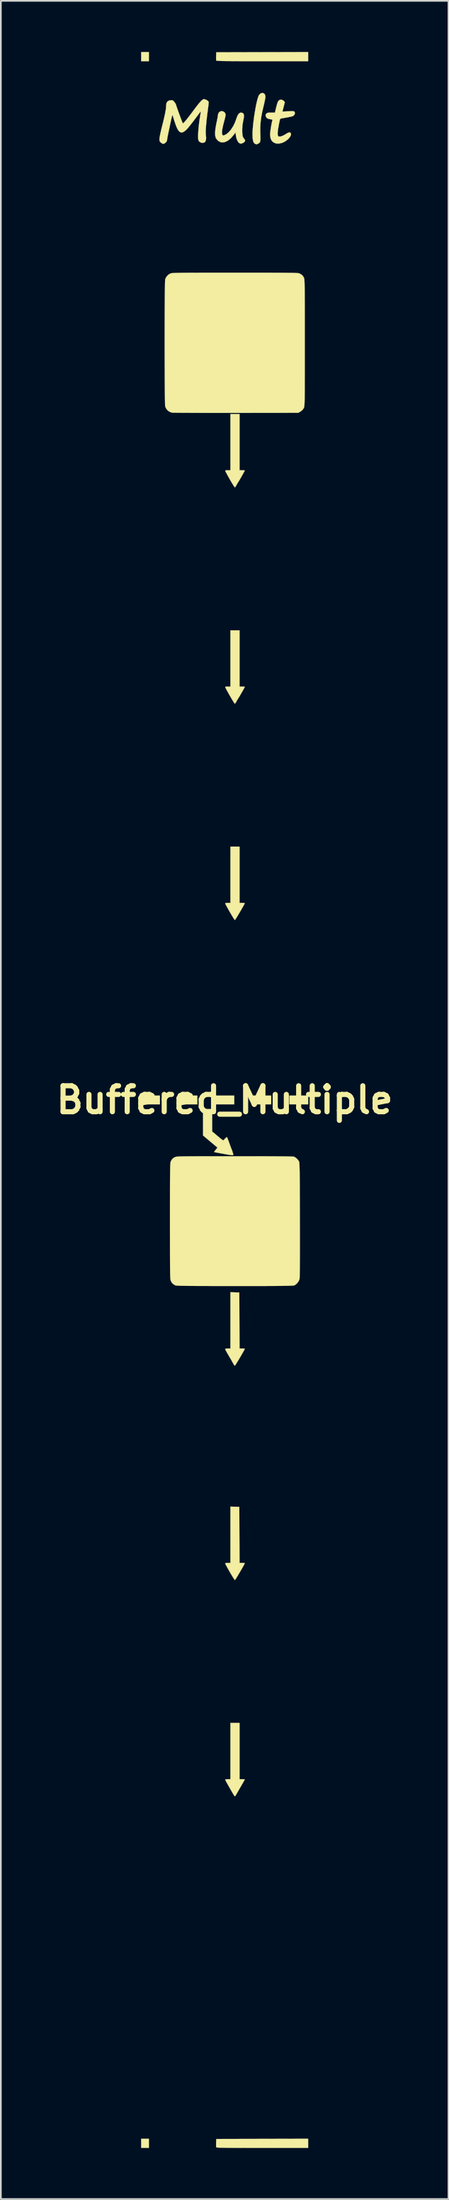
<source format=kicad_pcb>
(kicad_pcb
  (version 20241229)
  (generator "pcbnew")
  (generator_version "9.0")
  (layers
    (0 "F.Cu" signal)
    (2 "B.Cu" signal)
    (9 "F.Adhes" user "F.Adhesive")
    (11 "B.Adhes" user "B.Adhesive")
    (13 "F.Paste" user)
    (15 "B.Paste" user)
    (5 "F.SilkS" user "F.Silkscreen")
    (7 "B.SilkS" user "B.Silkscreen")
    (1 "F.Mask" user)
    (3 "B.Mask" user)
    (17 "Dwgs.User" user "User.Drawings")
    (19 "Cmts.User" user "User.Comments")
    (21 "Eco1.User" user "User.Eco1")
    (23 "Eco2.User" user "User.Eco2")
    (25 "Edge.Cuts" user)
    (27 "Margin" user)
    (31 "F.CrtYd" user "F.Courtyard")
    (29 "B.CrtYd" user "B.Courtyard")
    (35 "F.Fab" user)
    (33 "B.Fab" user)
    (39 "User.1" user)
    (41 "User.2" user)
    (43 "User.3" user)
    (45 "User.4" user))
  (footprint "Buffered_Multiple"
    (layer "F.Cu")
    (at 10.167 61.53)
    (property "Reference" "Buffered_Multiple" (at 0 0 0) (layer "F.SilkS") (effects (font (size 1.524 1.524) (thickness 0.3))))
    (attr through_hole)
    (fp_poly (pts (xy -4.459 -60.988) (xy -4.911 -60.988) (xy -4.911 -61.524) (xy -4.459 -61.524) (xy -4.459 -60.988)) (stroke (width 0.01) (type solid)) (fill yes) (layer "F.SilkS"))
    (fp_poly (pts (xy -4.459 61.524) (xy -4.911 61.524) (xy -4.911 60.988) (xy -4.459 60.988) (xy -4.459 61.524)) (stroke (width 0.01) (type solid)) (fill yes) (layer "F.SilkS"))
    (fp_poly (pts (xy -3.81 0.254) (xy -4.911 0.254) (xy -4.911 -0.254) (xy -3.81 -0.254) (xy -3.81 0.254)) (stroke (width 0.01) (type solid)) (fill yes) (layer "F.SilkS"))
    (fp_poly (pts (xy -1.609 0.254) (xy -2.738 0.254) (xy -2.738 -0.254) (xy -1.609 -0.254) (xy -1.609 0.254)) (stroke (width 0.01) (type solid)) (fill yes) (layer "F.SilkS"))
    (fp_poly (pts (xy 0.564 0.254) (xy -0.564 0.254) (xy -0.564 -0.254) (xy 0.564 -0.254) (xy 0.564 0.254)) (stroke (width 0.01) (type solid)) (fill yes) (layer "F.SilkS"))
    (fp_poly (pts (xy 2.738 0.254) (xy 1.609 0.254) (xy 1.609 -0.254) (xy 2.738 -0.254) (xy 2.738 0.254)) (stroke (width 0.01) (type solid)) (fill yes) (layer "F.SilkS"))
    (fp_poly (pts (xy 4.911 0.254) (xy 3.81 0.254) (xy 3.81 -0.254) (xy 4.911 -0.254) (xy 4.911 0.254)) (stroke (width 0.01) (type solid)) (fill yes) (layer "F.SilkS"))
    (fp_poly (pts (xy 4.911 -60.988) (xy 2.215 -60.988) (xy 1.753 -60.988) (xy 1.345 -60.989) (xy 0.987 -60.989) (xy 0.677 -60.99) (xy 0.411 -60.992) (xy 0.186 -60.994) (xy -0.001 -60.996) (xy -0.153 -60.999) (xy -0.272 -61.002) (xy -0.363 -61.006) (xy -0.427 -61.01) (xy -0.469 -61.016) (xy -0.491 -61.022) (xy -0.496 -61.026) (xy -0.502 -61.071) (xy -0.504 -61.155) (xy -0.503 -61.263) (xy -0.502 -61.287) (xy -0.494 -61.51) (xy 4.911 -61.525) (xy 4.911 -60.988)) (stroke (width 0.01) (type solid)) (fill yes) (layer "F.SilkS"))
    (fp_poly (pts (xy 4.911 61.524) (xy 2.215 61.524) (xy 1.753 61.524) (xy 1.345 61.524) (xy 0.987 61.523) (xy 0.677 61.522) (xy 0.411 61.521) (xy 0.186 61.519) (xy -0.001 61.517) (xy -0.153 61.514) (xy -0.272 61.511) (xy -0.363 61.507) (xy -0.427 61.502) (xy -0.469 61.497) (xy -0.491 61.491) (xy -0.496 61.487) (xy -0.502 61.442) (xy -0.504 61.357) (xy -0.503 61.249) (xy -0.502 61.226) (xy -0.494 61.002) (xy 2.208 60.995) (xy 4.911 60.988) (xy 4.911 61.524)) (stroke (width 0.01) (type solid)) (fill yes) (layer "F.SilkS"))
    (fp_poly (pts (xy 0.875 -11.571) (xy 1.03 -11.571) (xy 1.115 -11.568) (xy 1.171 -11.559) (xy 1.184 -11.55) (xy 1.17 -11.517) (xy 1.132 -11.446) (xy 1.076 -11.345) (xy 1.007 -11.224) (xy 0.93 -11.091) (xy 0.85 -10.956) (xy 0.773 -10.828) (xy 0.705 -10.716) (xy 0.65 -10.629) (xy 0.614 -10.576) (xy 0.603 -10.564) (xy 0.582 -10.585) (xy 0.538 -10.647) (xy 0.476 -10.745) (xy 0.401 -10.869) (xy 0.317 -11.013) (xy 0.31 -11.024) (xy 0.226 -11.172) (xy 0.152 -11.306) (xy 0.092 -11.415) (xy 0.051 -11.493) (xy 0.033 -11.531) (xy 0.033 -11.532) (xy 0.042 -11.555) (xy 0.087 -11.567) (xy 0.178 -11.571) (xy 0.181 -11.571) (xy 0.339 -11.571) (xy 0.339 -14.873) (xy 0.875 -14.873) (xy 0.875 -11.571)) (stroke (width 0.01) (type solid)) (fill yes) (layer "F.SilkS"))
    (fp_poly (pts (xy 0.6 11.295) (xy 0.861 11.303) (xy 0.875 14.591) (xy 1.03 14.591) (xy 1.115 14.594) (xy 1.171 14.603) (xy 1.185 14.612) (xy 1.171 14.645) (xy 1.133 14.717) (xy 1.077 14.818) (xy 1.007 14.94) (xy 0.93 15.072) (xy 0.85 15.207) (xy 0.773 15.335) (xy 0.704 15.447) (xy 0.649 15.534) (xy 0.613 15.587) (xy 0.602 15.599) (xy 0.575 15.581) (xy 0.534 15.525) (xy 0.496 15.459) (xy 0.451 15.377) (xy 0.386 15.261) (xy 0.308 15.128) (xy 0.228 14.991) (xy 0.225 14.986) (xy 0.153 14.863) (xy 0.093 14.757) (xy 0.05 14.675) (xy 0.03 14.63) (xy 0.029 14.626) (xy 0.053 14.603) (xy 0.128 14.592) (xy 0.183 14.591) (xy 0.339 14.591) (xy 0.339 11.287) (xy 0.6 11.295)) (stroke (width 0.01) (type solid)) (fill yes) (layer "F.SilkS"))
    (fp_poly (pts (xy 0.6 23.882) (xy 0.861 23.89) (xy 0.868 25.534) (xy 0.875 27.178) (xy 1.03 27.178) (xy 1.115 27.181) (xy 1.171 27.19) (xy 1.185 27.199) (xy 1.171 27.232) (xy 1.133 27.304) (xy 1.077 27.405) (xy 1.008 27.526) (xy 0.931 27.659) (xy 0.851 27.794) (xy 0.775 27.922) (xy 0.706 28.034) (xy 0.652 28.12) (xy 0.616 28.173) (xy 0.605 28.185) (xy 0.584 28.164) (xy 0.539 28.101) (xy 0.476 28.004) (xy 0.4 27.88) (xy 0.315 27.735) (xy 0.303 27.715) (xy 0.218 27.566) (xy 0.144 27.433) (xy 0.085 27.324) (xy 0.045 27.247) (xy 0.028 27.209) (xy 0.028 27.208) (xy 0.054 27.191) (xy 0.123 27.18) (xy 0.183 27.178) (xy 0.339 27.178) (xy 0.339 23.874) (xy 0.6 23.882)) (stroke (width 0.01) (type solid)) (fill yes) (layer "F.SilkS"))
    (fp_poly (pts (xy 0.875 39.878) (xy 1.03 39.878) (xy 1.115 39.88) (xy 1.172 39.886) (xy 1.185 39.892) (xy 1.172 39.92) (xy 1.135 39.987) (xy 1.08 40.084) (xy 1.012 40.202) (xy 0.995 40.231) (xy 0.915 40.369) (xy 0.836 40.505) (xy 0.769 40.623) (xy 0.72 40.708) (xy 0.72 40.709) (xy 0.663 40.808) (xy 0.626 40.863) (xy 0.601 40.88) (xy 0.578 40.866) (xy 0.556 40.833) (xy 0.507 40.754) (xy 0.444 40.647) (xy 0.371 40.522) (xy 0.294 40.388) (xy 0.218 40.254) (xy 0.148 40.13) (xy 0.09 40.024) (xy 0.049 39.946) (xy 0.029 39.906) (xy 0.028 39.903) (xy 0.054 39.889) (xy 0.12 39.88) (xy 0.183 39.878) (xy 0.339 39.878) (xy 0.339 36.576) (xy 0.875 36.576) (xy 0.875 39.878)) (stroke (width 0.01) (type solid)) (fill yes) (layer "F.SilkS"))
    (fp_poly (pts (xy 0.875 -36.971) (xy 1.03 -36.971) (xy 1.115 -36.969) (xy 1.172 -36.962) (xy 1.185 -36.956) (xy 1.172 -36.927) (xy 1.137 -36.861) (xy 1.085 -36.767) (xy 1.024 -36.659) (xy 0.959 -36.545) (xy 0.897 -36.438) (xy 0.844 -36.348) (xy 0.807 -36.287) (xy 0.792 -36.266) (xy 0.771 -36.235) (xy 0.733 -36.17) (xy 0.701 -36.111) (xy 0.656 -36.033) (xy 0.618 -35.979) (xy 0.602 -35.964) (xy 0.581 -35.985) (xy 0.538 -36.048) (xy 0.476 -36.146) (xy 0.401 -36.27) (xy 0.317 -36.414) (xy 0.31 -36.426) (xy 0.226 -36.575) (xy 0.152 -36.708) (xy 0.092 -36.818) (xy 0.051 -36.895) (xy 0.033 -36.933) (xy 0.033 -36.933) (xy 0.044 -36.956) (xy 0.094 -36.968) (xy 0.181 -36.971) (xy 0.339 -36.971) (xy 0.339 -40.273) (xy 0.875 -40.273) (xy 0.875 -36.971)) (stroke (width 0.01) (type solid)) (fill yes) (layer "F.SilkS"))
    (fp_poly (pts (xy 0.875 -24.271) (xy 1.03 -24.271) (xy 1.115 -24.268) (xy 1.172 -24.261) (xy 1.185 -24.253) (xy 1.172 -24.224) (xy 1.136 -24.157) (xy 1.085 -24.064) (xy 1.023 -23.955) (xy 0.958 -23.842) (xy 0.896 -23.735) (xy 0.843 -23.646) (xy 0.806 -23.586) (xy 0.792 -23.566) (xy 0.771 -23.535) (xy 0.733 -23.47) (xy 0.701 -23.411) (xy 0.656 -23.333) (xy 0.618 -23.279) (xy 0.602 -23.264) (xy 0.581 -23.285) (xy 0.538 -23.348) (xy 0.476 -23.445) (xy 0.401 -23.57) (xy 0.317 -23.714) (xy 0.31 -23.726) (xy 0.226 -23.875) (xy 0.152 -24.008) (xy 0.092 -24.117) (xy 0.051 -24.195) (xy 0.033 -24.233) (xy 0.033 -24.233) (xy 0.043 -24.256) (xy 0.093 -24.268) (xy 0.181 -24.271) (xy 0.339 -24.271) (xy 0.339 -27.573) (xy 0.875 -27.573) (xy 0.875 -24.271)) (stroke (width 0.01) (type solid)) (fill yes) (layer "F.SilkS"))
    (fp_poly (pts (xy 2.275 -59.116) (xy 2.345 -59.067) (xy 2.389 -58.978) (xy 2.399 -58.899) (xy 2.392 -58.832) (xy 2.373 -58.723) (xy 2.345 -58.585) (xy 2.309 -58.429) (xy 2.287 -58.339) (xy 2.207 -57.999) (xy 2.151 -57.694) (xy 2.114 -57.409) (xy 2.097 -57.13) (xy 2.096 -56.839) (xy 2.099 -56.746) (xy 2.106 -56.561) (xy 2.107 -56.423) (xy 2.1 -56.324) (xy 2.085 -56.255) (xy 2.059 -56.208) (xy 2.021 -56.174) (xy 1.976 -56.148) (xy 1.906 -56.116) (xy 1.858 -56.11) (xy 1.802 -56.13) (xy 1.779 -56.142) (xy 1.719 -56.197) (xy 1.676 -56.294) (xy 1.65 -56.438) (xy 1.64 -56.632) (xy 1.639 -56.656) (xy 1.643 -56.841) (xy 1.657 -57.056) (xy 1.679 -57.291) (xy 1.708 -57.539) (xy 1.743 -57.792) (xy 1.783 -58.042) (xy 1.825 -58.281) (xy 1.869 -58.5) (xy 1.914 -58.691) (xy 1.958 -58.847) (xy 1.999 -58.959) (xy 2.02 -58.998) (xy 2.101 -59.085) (xy 2.19 -59.123) (xy 2.275 -59.116)) (stroke (width 0.01) (type solid)) (fill yes) (layer "F.SilkS"))
    (fp_poly (pts (xy -0.734 1.85) (xy -0.425 2.11) (xy -0.313 2.203) (xy -0.215 2.282) (xy -0.139 2.339) (xy -0.095 2.368) (xy -0.088 2.371) (xy -0.055 2.351) (xy -0.003 2.3) (xy 0.026 2.266) (xy 0.086 2.204) (xy 0.128 2.184) (xy 0.137 2.188) (xy 0.157 2.225) (xy 0.189 2.302) (xy 0.23 2.409) (xy 0.267 2.512) (xy 0.312 2.638) (xy 0.353 2.748) (xy 0.383 2.83) (xy 0.397 2.865) (xy 0.431 2.948) (xy 0.465 3.044) (xy 0.492 3.133) (xy 0.507 3.196) (xy 0.508 3.207) (xy 0.503 3.225) (xy 0.484 3.236) (xy 0.444 3.239) (xy 0.376 3.235) (xy 0.275 3.221) (xy 0.133 3.198) (xy -0.055 3.165) (xy -0.127 3.152) (xy -0.284 3.123) (xy -0.421 3.098) (xy -0.529 3.077) (xy -0.597 3.063) (xy -0.618 3.058) (xy -0.608 3.033) (xy -0.57 2.979) (xy -0.526 2.923) (xy -0.422 2.797) (xy -0.846 2.442) (xy -1.27 2.086) (xy -1.27 0.536) (xy -0.734 0.536) (xy -0.734 1.85)) (stroke (width 0.01) (type solid)) (fill yes) (layer "F.SilkS"))
    (fp_poly (pts (xy -0.075 -58.034) (xy 0.001 -57.98) (xy 0.048 -57.897) (xy 0.056 -57.84) (xy 0.048 -57.778) (xy 0.028 -57.678) (xy -0.003 -57.556) (xy -0.025 -57.475) (xy -0.091 -57.225) (xy -0.135 -57.017) (xy -0.155 -56.85) (xy -0.153 -56.728) (xy -0.127 -56.652) (xy -0.079 -56.625) (xy -0.049 -56.629) (xy 0.092 -56.697) (xy 0.234 -56.813) (xy 0.37 -56.969) (xy 0.494 -57.158) (xy 0.601 -57.371) (xy 0.675 -57.572) (xy 0.735 -57.741) (xy 0.795 -57.86) (xy 0.858 -57.933) (xy 0.929 -57.965) (xy 0.961 -57.968) (xy 1.053 -57.951) (xy 1.112 -57.901) (xy 1.137 -57.814) (xy 1.131 -57.685) (xy 1.098 -57.524) (xy 1.045 -57.219) (xy 1.033 -56.995) (xy 1.034 -56.81) (xy 1.045 -56.672) (xy 1.066 -56.57) (xy 1.099 -56.493) (xy 1.146 -56.435) (xy 1.2 -56.359) (xy 1.198 -56.291) (xy 1.141 -56.226) (xy 1.129 -56.217) (xy 1.025 -56.16) (xy 0.934 -56.15) (xy 0.875 -56.17) (xy 0.805 -56.231) (xy 0.742 -56.334) (xy 0.692 -56.467) (xy 0.662 -56.615) (xy 0.66 -56.633) (xy 0.642 -56.807) (xy 0.517 -56.641) (xy 0.365 -56.466) (xy 0.209 -56.335) (xy 0.053 -56.252) (xy -0.098 -56.218) (xy -0.239 -56.233) (xy -0.368 -56.3) (xy -0.378 -56.308) (xy -0.452 -56.382) (xy -0.511 -56.462) (xy -0.526 -56.491) (xy -0.556 -56.619) (xy -0.563 -56.794) (xy -0.544 -57.011) (xy -0.501 -57.267) (xy -0.48 -57.366) (xy -0.448 -57.512) (xy -0.422 -57.644) (xy -0.404 -57.75) (xy -0.395 -57.817) (xy -0.395 -57.825) (xy -0.378 -57.904) (xy -0.337 -57.979) (xy -0.259 -58.039) (xy -0.167 -58.056) (xy -0.075 -58.034)) (stroke (width 0.01) (type solid)) (fill yes) (layer "F.SilkS"))
    (fp_poly (pts (xy 3.443 -58.685) (xy 3.473 -58.658) (xy 3.541 -58.586) (xy 3.399 -58.031) (xy 3.743 -58.046) (xy 3.887 -58.052) (xy 3.986 -58.053) (xy 4.048 -58.05) (xy 4.085 -58.039) (xy 4.106 -58.021) (xy 4.117 -58.002) (xy 4.133 -57.919) (xy 4.102 -57.838) (xy 4.03 -57.774) (xy 4.001 -57.759) (xy 3.935 -57.74) (xy 3.829 -57.715) (xy 3.7 -57.689) (xy 3.598 -57.672) (xy 3.472 -57.65) (xy 3.366 -57.63) (xy 3.294 -57.613) (xy 3.268 -57.604) (xy 3.256 -57.572) (xy 3.237 -57.494) (xy 3.212 -57.381) (xy 3.185 -57.244) (xy 3.174 -57.182) (xy 3.138 -56.97) (xy 3.12 -56.807) (xy 3.119 -56.689) (xy 3.135 -56.612) (xy 3.167 -56.571) (xy 3.177 -56.567) (xy 3.263 -56.561) (xy 3.378 -56.592) (xy 3.512 -56.658) (xy 3.579 -56.699) (xy 3.701 -56.773) (xy 3.79 -56.805) (xy 3.853 -56.799) (xy 3.894 -56.756) (xy 3.906 -56.676) (xy 3.869 -56.578) (xy 3.786 -56.466) (xy 3.713 -56.393) (xy 3.549 -56.27) (xy 3.372 -56.188) (xy 3.194 -56.15) (xy 3.025 -56.158) (xy 2.992 -56.167) (xy 2.853 -56.232) (xy 2.754 -56.337) (xy 2.695 -56.482) (xy 2.674 -56.668) (xy 2.674 -56.684) (xy 2.68 -56.78) (xy 2.695 -56.91) (xy 2.716 -57.059) (xy 2.741 -57.21) (xy 2.767 -57.35) (xy 2.792 -57.463) (xy 2.811 -57.528) (xy 2.803 -57.553) (xy 2.752 -57.57) (xy 2.68 -57.58) (xy 2.55 -57.609) (xy 2.464 -57.668) (xy 2.415 -57.764) (xy 2.412 -57.775) (xy 2.412 -57.851) (xy 2.453 -57.91) (xy 2.492 -57.94) (xy 2.544 -57.958) (xy 2.623 -57.966) (xy 2.735 -57.968) (xy 2.958 -57.968) (xy 3.034 -58.286) (xy 3.078 -58.454) (xy 3.121 -58.579) (xy 3.16 -58.656) (xy 3.168 -58.667) (xy 3.253 -58.721) (xy 3.35 -58.727) (xy 3.443 -58.685)) (stroke (width 0.01) (type solid)) (fill yes) (layer "F.SilkS"))
    (fp_poly (pts (xy 1.622 -48.57) (xy 2.055 -48.569) (xy 2.44 -48.569) (xy 2.781 -48.568) (xy 3.079 -48.567) (xy 3.337 -48.566) (xy 3.56 -48.564) (xy 3.748 -48.562) (xy 3.906 -48.56) (xy 4.036 -48.557) (xy 4.141 -48.554) (xy 4.224 -48.55) (xy 4.288 -48.546) (xy 4.335 -48.541) (xy 4.368 -48.535) (xy 4.39 -48.529) (xy 4.395 -48.527) (xy 4.518 -48.461) (xy 4.606 -48.372) (xy 4.66 -48.282) (xy 4.667 -48.266) (xy 4.674 -48.246) (xy 4.68 -48.22) (xy 4.686 -48.184) (xy 4.691 -48.137) (xy 4.695 -48.074) (xy 4.699 -47.994) (xy 4.702 -47.892) (xy 4.704 -47.767) (xy 4.707 -47.615) (xy 4.708 -47.434) (xy 4.71 -47.22) (xy 4.711 -46.97) (xy 4.712 -46.682) (xy 4.712 -46.353) (xy 4.713 -45.979) (xy 4.713 -45.559) (xy 4.713 -45.088) (xy 4.713 -44.564) (xy 4.713 -44.46) (xy 4.713 -43.927) (xy 4.713 -43.447) (xy 4.713 -43.018) (xy 4.713 -42.636) (xy 4.712 -42.299) (xy 4.711 -42.004) (xy 4.711 -41.748) (xy 4.709 -41.528) (xy 4.708 -41.34) (xy 4.706 -41.183) (xy 4.703 -41.053) (xy 4.7 -40.947) (xy 4.697 -40.862) (xy 4.692 -40.796) (xy 4.688 -40.745) (xy 4.682 -40.706) (xy 4.676 -40.677) (xy 4.669 -40.655) (xy 4.661 -40.636) (xy 4.654 -40.62) (xy 4.572 -40.504) (xy 4.463 -40.421) (xy 4.332 -40.344) (xy 0.649 -40.339) (xy 0.196 -40.339) (xy -0.242 -40.339) (xy -0.662 -40.339) (xy -1.06 -40.34) (xy -1.434 -40.34) (xy -1.779 -40.341) (xy -2.092 -40.343) (xy -2.37 -40.344) (xy -2.61 -40.346) (xy -2.808 -40.348) (xy -2.96 -40.35) (xy -3.063 -40.352) (xy -3.114 -40.355) (xy -3.119 -40.356) (xy -3.275 -40.421) (xy -3.399 -40.528) (xy -3.482 -40.67) (xy -3.498 -40.718) (xy -3.503 -40.762) (xy -3.507 -40.858) (xy -3.51 -41.002) (xy -3.513 -41.19) (xy -3.516 -41.418) (xy -3.519 -41.682) (xy -3.521 -41.977) (xy -3.523 -42.3) (xy -3.525 -42.646) (xy -3.526 -43.012) (xy -3.527 -43.393) (xy -3.528 -43.784) (xy -3.529 -44.183) (xy -3.529 -44.584) (xy -3.528 -44.984) (xy -3.528 -45.379) (xy -3.527 -45.764) (xy -3.526 -46.135) (xy -3.524 -46.488) (xy -3.522 -46.819) (xy -3.52 -47.124) (xy -3.517 -47.399) (xy -3.514 -47.639) (xy -3.511 -47.841) (xy -3.508 -48) (xy -3.504 -48.112) (xy -3.5 -48.173) (xy -3.498 -48.182) (xy -3.432 -48.323) (xy -3.323 -48.443) (xy -3.204 -48.517) (xy -3.186 -48.525) (xy -3.164 -48.532) (xy -3.134 -48.538) (xy -3.095 -48.543) (xy -3.042 -48.548) (xy -2.974 -48.552) (xy -2.888 -48.555) (xy -2.779 -48.558) (xy -2.646 -48.561) (xy -2.485 -48.563) (xy -2.294 -48.565) (xy -2.07 -48.566) (xy -1.809 -48.567) (xy -1.509 -48.568) (xy -1.166 -48.569) (xy -0.779 -48.569) (xy -0.343 -48.57) (xy 0.143 -48.57) (xy 0.601 -48.57) (xy 1.138 -48.57) (xy 1.622 -48.57)) (stroke (width 0.01) (type solid)) (fill yes) (layer "F.SilkS"))
    (fp_poly (pts (xy -1.142 -58.743) (xy -1.057 -58.705) (xy -0.983 -58.655) (xy -0.943 -58.607) (xy -0.941 -58.567) (xy -0.947 -58.481) (xy -0.959 -58.363) (xy -0.977 -58.221) (xy -0.985 -58.163) (xy -1.031 -57.813) (xy -1.067 -57.499) (xy -1.093 -57.224) (xy -1.109 -56.991) (xy -1.114 -56.805) (xy -1.108 -56.669) (xy -1.103 -56.631) (xy -1.089 -56.477) (xy -1.104 -56.349) (xy -1.144 -56.256) (xy -1.188 -56.217) (xy -1.289 -56.192) (xy -1.395 -56.207) (xy -1.485 -56.26) (xy -1.507 -56.284) (xy -1.534 -56.327) (xy -1.551 -56.377) (xy -1.56 -56.445) (xy -1.562 -56.547) (xy -1.561 -56.657) (xy -1.552 -56.847) (xy -1.533 -57.075) (xy -1.507 -57.32) (xy -1.475 -57.567) (xy -1.439 -57.795) (xy -1.427 -57.864) (xy -1.412 -57.955) (xy -1.406 -58.016) (xy -1.41 -58.034) (xy -1.411 -58.034) (xy -1.434 -58.005) (xy -1.484 -57.938) (xy -1.558 -57.841) (xy -1.649 -57.72) (xy -1.752 -57.583) (xy -1.77 -57.559) (xy -1.882 -57.411) (xy -1.993 -57.27) (xy -2.093 -57.145) (xy -2.175 -57.047) (xy -2.232 -56.984) (xy -2.232 -56.984) (xy -2.351 -56.878) (xy -2.456 -56.817) (xy -2.55 -56.8) (xy -2.636 -56.831) (xy -2.716 -56.91) (xy -2.794 -57.041) (xy -2.871 -57.224) (xy -2.952 -57.46) (xy -2.992 -57.591) (xy -3.028 -57.703) (xy -3.054 -57.787) (xy -3.068 -57.827) (xy -3.078 -57.816) (xy -3.097 -57.757) (xy -3.123 -57.659) (xy -3.153 -57.529) (xy -3.177 -57.418) (xy -3.215 -57.239) (xy -3.253 -57.054) (xy -3.29 -56.882) (xy -3.32 -56.74) (xy -3.329 -56.698) (xy -3.354 -56.574) (xy -3.373 -56.462) (xy -3.385 -56.38) (xy -3.386 -56.355) (xy -3.41 -56.285) (xy -3.468 -56.212) (xy -3.542 -56.156) (xy -3.612 -56.134) (xy -3.667 -56.151) (xy -3.736 -56.194) (xy -3.751 -56.207) (xy -3.806 -56.262) (xy -3.832 -56.321) (xy -3.838 -56.408) (xy -3.838 -56.416) (xy -3.831 -56.483) (xy -3.812 -56.595) (xy -3.782 -56.741) (xy -3.744 -56.91) (xy -3.7 -57.093) (xy -3.685 -57.154) (xy -3.611 -57.448) (xy -3.553 -57.693) (xy -3.508 -57.897) (xy -3.476 -58.065) (xy -3.455 -58.202) (xy -3.445 -58.316) (xy -3.443 -58.379) (xy -3.426 -58.518) (xy -3.373 -58.615) (xy -3.281 -58.673) (xy -3.187 -58.694) (xy -3.106 -58.699) (xy -3.052 -58.684) (xy -3 -58.64) (xy -2.969 -58.606) (xy -2.911 -58.528) (xy -2.869 -58.451) (xy -2.86 -58.427) (xy -2.842 -58.365) (xy -2.809 -58.267) (xy -2.765 -58.141) (xy -2.714 -57.999) (xy -2.659 -57.849) (xy -2.604 -57.702) (xy -2.553 -57.568) (xy -2.51 -57.456) (xy -2.477 -57.377) (xy -2.46 -57.341) (xy -2.459 -57.34) (xy -2.431 -57.351) (xy -2.372 -57.409) (xy -2.282 -57.513) (xy -2.161 -57.663) (xy -2.009 -57.86) (xy -1.828 -58.102) (xy -1.791 -58.152) (xy -1.642 -58.349) (xy -1.52 -58.503) (xy -1.42 -58.617) (xy -1.341 -58.695) (xy -1.277 -58.741) (xy -1.225 -58.758) (xy -1.217 -58.759) (xy -1.142 -58.743)) (stroke (width 0.01) (type solid)) (fill yes) (layer "F.SilkS"))
    (fp_poly (pts (xy 1.179 3.303) (xy 1.705 3.303) (xy 2.176 3.304) (xy 2.593 3.306) (xy 2.956 3.308) (xy 3.268 3.31) (xy 3.528 3.313) (xy 3.737 3.316) (xy 3.897 3.32) (xy 4.007 3.324) (xy 4.07 3.329) (xy 4.083 3.332) (xy 4.188 3.393) (xy 4.29 3.488) (xy 4.37 3.598) (xy 4.377 3.615) (xy 4.383 3.638) (xy 4.389 3.673) (xy 4.394 3.721) (xy 4.399 3.785) (xy 4.403 3.869) (xy 4.406 3.976) (xy 4.409 4.108) (xy 4.412 4.269) (xy 4.414 4.462) (xy 4.416 4.689) (xy 4.418 4.954) (xy 4.419 5.26) (xy 4.42 5.61) (xy 4.422 6.006) (xy 4.423 6.453) (xy 4.424 6.952) (xy 4.424 7.05) (xy 4.425 7.631) (xy 4.426 8.157) (xy 4.426 8.627) (xy 4.425 9.044) (xy 4.424 9.408) (xy 4.422 9.719) (xy 4.42 9.978) (xy 4.417 10.187) (xy 4.413 10.346) (xy 4.409 10.456) (xy 4.404 10.518) (xy 4.402 10.529) (xy 4.348 10.649) (xy 4.261 10.764) (xy 4.157 10.853) (xy 4.101 10.884) (xy 4.078 10.89) (xy 4.039 10.895) (xy 3.98 10.9) (xy 3.898 10.904) (xy 3.791 10.907) (xy 3.656 10.91) (xy 3.49 10.913) (xy 3.291 10.915) (xy 3.055 10.917) (xy 2.78 10.918) (xy 2.463 10.92) (xy 2.102 10.92) (xy 1.693 10.921) (xy 1.233 10.921) (xy 0.721 10.921) (xy 0.587 10.921) (xy 0.071 10.921) (xy -0.39 10.92) (xy -0.801 10.92) (xy -1.165 10.919) (xy -1.484 10.918) (xy -1.762 10.917) (xy -2.001 10.915) (xy -2.204 10.914) (xy -2.374 10.911) (xy -2.515 10.909) (xy -2.63 10.906) (xy -2.72 10.902) (xy -2.79 10.898) (xy -2.842 10.893) (xy -2.88 10.888) (xy -2.905 10.881) (xy -2.921 10.875) (xy -3.035 10.803) (xy -3.113 10.719) (xy -3.164 10.626) (xy -3.172 10.607) (xy -3.179 10.584) (xy -3.185 10.553) (xy -3.191 10.513) (xy -3.195 10.459) (xy -3.2 10.389) (xy -3.203 10.299) (xy -3.206 10.186) (xy -3.209 10.048) (xy -3.211 9.882) (xy -3.212 9.683) (xy -3.214 9.45) (xy -3.215 9.179) (xy -3.216 8.867) (xy -3.216 8.511) (xy -3.216 8.108) (xy -3.217 7.655) (xy -3.217 7.148) (xy -3.217 7.118) (xy -3.217 6.604) (xy -3.217 6.142) (xy -3.216 5.732) (xy -3.216 5.369) (xy -3.215 5.05) (xy -3.214 4.773) (xy -3.212 4.534) (xy -3.21 4.331) (xy -3.208 4.161) (xy -3.205 4.02) (xy -3.202 3.906) (xy -3.199 3.815) (xy -3.194 3.745) (xy -3.189 3.693) (xy -3.184 3.656) (xy -3.178 3.63) (xy -3.174 3.62) (xy -3.109 3.498) (xy -3.024 3.413) (xy -2.921 3.355) (xy -2.902 3.347) (xy -2.879 3.34) (xy -2.849 3.334) (xy -2.808 3.329) (xy -2.754 3.324) (xy -2.684 3.32) (xy -2.595 3.316) (xy -2.482 3.313) (xy -2.345 3.311) (xy -2.178 3.309) (xy -1.98 3.307) (xy -1.747 3.306) (xy -1.477 3.305) (xy -1.165 3.304) (xy -0.81 3.303) (xy -0.407 3.303) (xy 0.045 3.303) (xy 0.551 3.303) (xy 0.598 3.303) (xy 1.179 3.303)) (stroke (width 0.01) (type solid)) (fill yes) (layer "F.SilkS")))
  (gr_rect
    (start -3 -3)
    (end 23.335 126.059)
    (stroke (width 0.1) (type default))
    (fill no)
    (layer "Edge.Cuts")))
</source>
